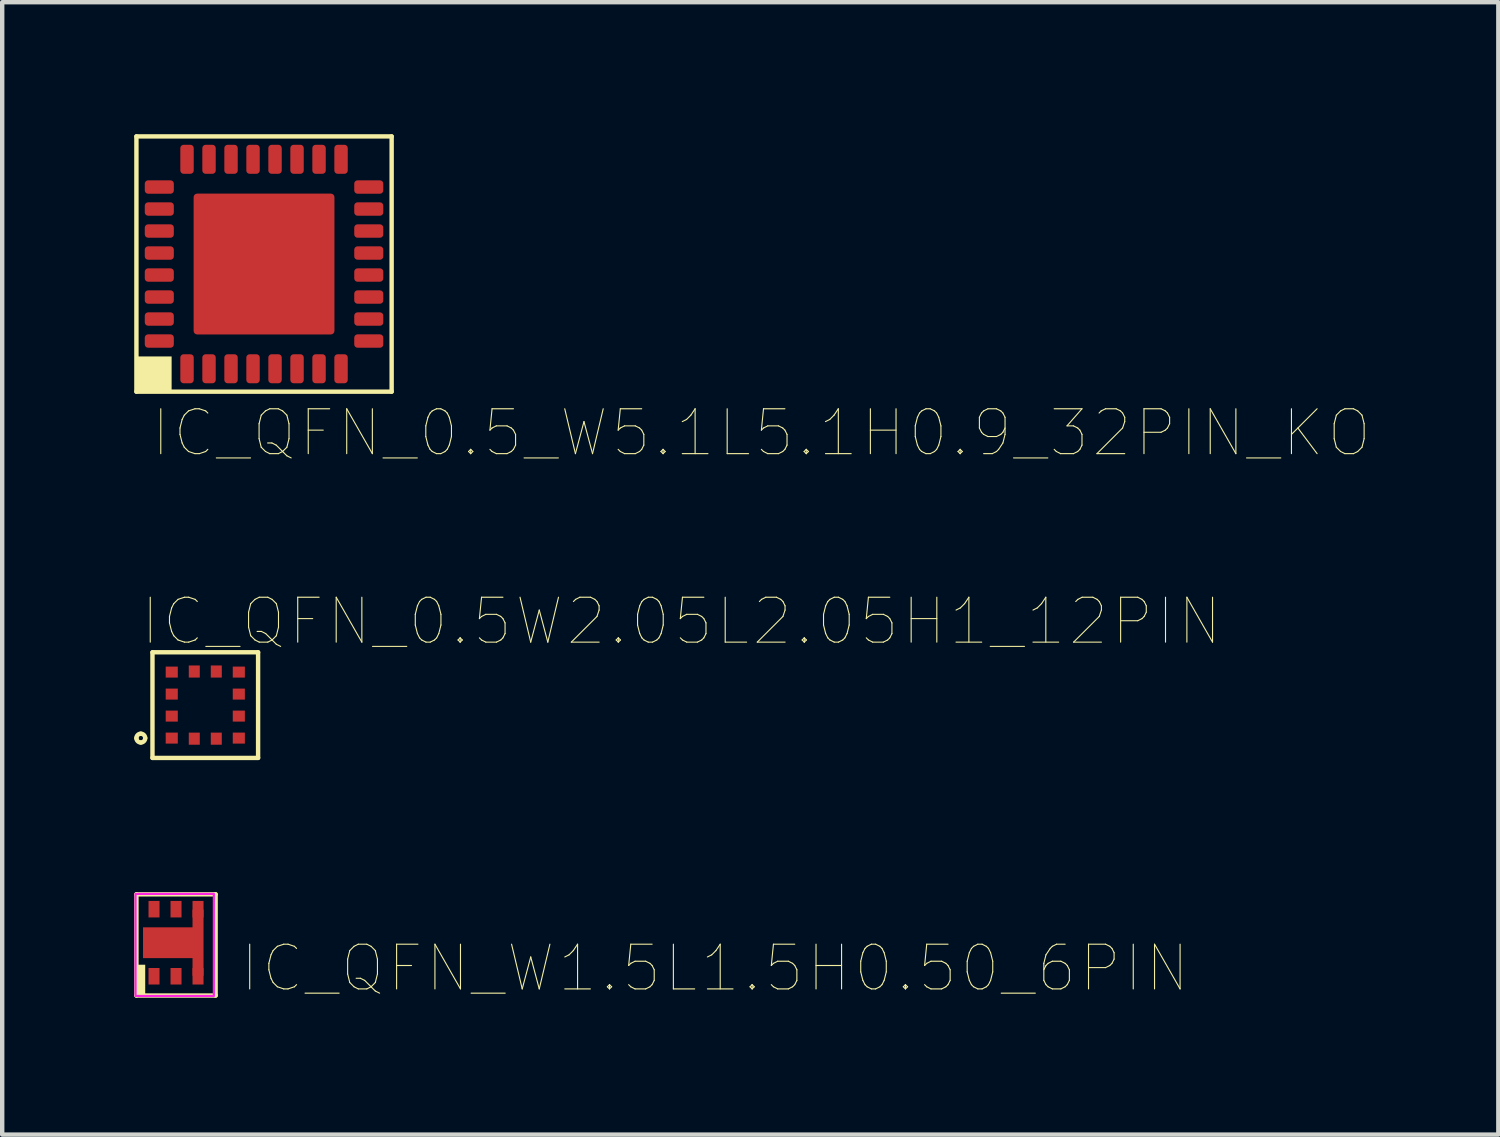
<source format=kicad_pcb>
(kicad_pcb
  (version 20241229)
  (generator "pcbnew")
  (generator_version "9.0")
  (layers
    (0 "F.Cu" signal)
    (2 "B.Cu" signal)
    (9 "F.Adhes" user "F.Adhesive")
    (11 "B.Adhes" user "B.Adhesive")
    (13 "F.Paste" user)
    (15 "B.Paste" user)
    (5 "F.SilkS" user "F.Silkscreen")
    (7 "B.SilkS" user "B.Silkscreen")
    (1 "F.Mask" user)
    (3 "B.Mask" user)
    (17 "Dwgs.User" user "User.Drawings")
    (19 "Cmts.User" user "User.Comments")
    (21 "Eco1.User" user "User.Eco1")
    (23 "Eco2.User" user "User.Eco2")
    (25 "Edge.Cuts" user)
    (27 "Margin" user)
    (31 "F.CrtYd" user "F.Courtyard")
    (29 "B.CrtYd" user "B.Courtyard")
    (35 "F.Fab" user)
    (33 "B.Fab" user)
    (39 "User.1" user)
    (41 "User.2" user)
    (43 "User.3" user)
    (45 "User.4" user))
  (footprint "IC_QFN_0.5_W5.1L5.1H0.9_32PIN_KO"
    (layer "F.Cu")
    (at 2.95 2.95)
    (property "Reference" "IC_QFN_0.5_W5.1L5.1H0.9_32PIN_KO" (at -2.606 4.435 0) (unlocked yes) (layer "F.SilkS") (effects (font (size 1.02 1.02) (thickness 0.025)) (justify left bottom)))
    (fp_line (start -2.9 -2.9) (end 2.9 -2.9) (stroke (width 0.1) (type solid)) (layer "F.SilkS"))
    (fp_line (start -2.9 2.9) (end -2.9 -2.9) (stroke (width 0.1) (type solid)) (layer "F.SilkS"))
    (fp_line (start -2.9 2.9) (end 2.9 2.9) (stroke (width 0.1) (type solid)) (layer "F.SilkS"))
    (fp_line (start 2.9 2.9) (end 2.9 -2.9) (stroke (width 0.1) (type solid)) (layer "F.SilkS"))
    (fp_poly (pts (xy -2.9 2.9) (xy -2.1 2.9) (xy -2.1 2.1) (xy -2.9 2.1)) (stroke (width 0) (type default)) (fill yes) (layer "F.SilkS"))
    (pad "1" smd roundrect (at -1.75 2.38 270) (size 0.66 0.305) (layers "F.Cu" "F.Mask" "F.Paste") (roundrect_rratio 0.25))
    (pad "2" smd roundrect (at -1.25 2.38 90) (size 0.66 0.305) (layers "F.Cu" "F.Mask" "F.Paste") (roundrect_rratio 0.25))
    (pad "3" smd roundrect (at -0.75 2.38 90) (size 0.66 0.305) (layers "F.Cu" "F.Mask" "F.Paste") (roundrect_rratio 0.25))
    (pad "4" smd roundrect (at -0.25 2.38 90) (size 0.66 0.305) (layers "F.Cu" "F.Mask" "F.Paste") (roundrect_rratio 0.25))
    (pad "5" smd roundrect (at 0.25 2.38 90) (size 0.66 0.305) (layers "F.Cu" "F.Mask" "F.Paste") (roundrect_rratio 0.25))
    (pad "6" smd roundrect (at 0.75 2.38 90) (size 0.66 0.305) (layers "F.Cu" "F.Mask" "F.Paste") (roundrect_rratio 0.25))
    (pad "7" smd roundrect (at 1.25 2.38 90) (size 0.66 0.305) (layers "F.Cu" "F.Mask" "F.Paste") (roundrect_rratio 0.25))
    (pad "8" smd roundrect (at 1.75 2.38 270) (size 0.66 0.305) (layers "F.Cu" "F.Mask" "F.Paste") (roundrect_rratio 0.25))
    (pad "9" smd roundrect (at 2.38 1.75) (size 0.66 0.305) (layers "F.Cu" "F.Mask" "F.Paste") (roundrect_rratio 0.25))
    (pad "10" smd roundrect (at 2.38 1.25 180) (size 0.66 0.305) (layers "F.Cu" "F.Mask" "F.Paste") (roundrect_rratio 0.25))
    (pad "11" smd roundrect (at 2.38 0.75 180) (size 0.66 0.305) (layers "F.Cu" "F.Mask" "F.Paste") (roundrect_rratio 0.25))
    (pad "12" smd roundrect (at 2.38 0.25 180) (size 0.66 0.305) (layers "F.Cu" "F.Mask" "F.Paste") (roundrect_rratio 0.25))
    (pad "13" smd roundrect (at 2.38 -0.25 180) (size 0.66 0.305) (layers "F.Cu" "F.Mask" "F.Paste") (roundrect_rratio 0.25))
    (pad "14" smd roundrect (at 2.38 -0.75 180) (size 0.66 0.305) (layers "F.Cu" "F.Mask" "F.Paste") (roundrect_rratio 0.25))
    (pad "15" smd roundrect (at 2.38 -1.25 180) (size 0.66 0.305) (layers "F.Cu" "F.Mask" "F.Paste") (roundrect_rratio 0.25))
    (pad "16" smd roundrect (at 2.38 -1.75) (size 0.66 0.305) (layers "F.Cu" "F.Mask" "F.Paste") (roundrect_rratio 0.25))
    (pad "17" smd roundrect (at 1.75 -2.38 270) (size 0.66 0.305) (layers "F.Cu" "F.Mask" "F.Paste") (roundrect_rratio 0.25))
    (pad "18" smd roundrect (at 1.25 -2.38 270) (size 0.66 0.305) (layers "F.Cu" "F.Mask" "F.Paste") (roundrect_rratio 0.25))
    (pad "19" smd roundrect (at 0.75 -2.38 270) (size 0.66 0.305) (layers "F.Cu" "F.Mask" "F.Paste") (roundrect_rratio 0.25))
    (pad "20" smd roundrect (at 0.25 -2.38 270) (size 0.66 0.305) (layers "F.Cu" "F.Mask" "F.Paste") (roundrect_rratio 0.25))
    (pad "21" smd roundrect (at -0.25 -2.38 270) (size 0.66 0.305) (layers "F.Cu" "F.Mask" "F.Paste") (roundrect_rratio 0.25))
    (pad "22" smd roundrect (at -0.75 -2.38 270) (size 0.66 0.305) (layers "F.Cu" "F.Mask" "F.Paste") (roundrect_rratio 0.25))
    (pad "23" smd roundrect (at -1.25 -2.38 270) (size 0.66 0.305) (layers "F.Cu" "F.Mask" "F.Paste") (roundrect_rratio 0.25))
    (pad "24" smd roundrect (at -1.75 -2.38 270) (size 0.66 0.305) (layers "F.Cu" "F.Mask" "F.Paste") (roundrect_rratio 0.25))
    (pad "25" smd roundrect (at -2.38 -1.75) (size 0.66 0.305) (layers "F.Cu" "F.Mask" "F.Paste") (roundrect_rratio 0.25))
    (pad "26" smd roundrect (at -2.38 -1.25) (size 0.66 0.305) (layers "F.Cu" "F.Mask" "F.Paste") (roundrect_rratio 0.25))
    (pad "27" smd roundrect (at -2.38 -0.75) (size 0.66 0.305) (layers "F.Cu" "F.Mask" "F.Paste") (roundrect_rratio 0.25))
    (pad "28" smd roundrect (at -2.38 -0.25) (size 0.66 0.305) (layers "F.Cu" "F.Mask" "F.Paste") (roundrect_rratio 0.25))
    (pad "29" smd roundrect (at -2.38 0.25) (size 0.66 0.305) (layers "F.Cu" "F.Mask" "F.Paste") (roundrect_rratio 0.25))
    (pad "30" smd roundrect (at -2.38 0.75) (size 0.66 0.305) (layers "F.Cu" "F.Mask" "F.Paste") (roundrect_rratio 0.25))
    (pad "31" smd roundrect (at -2.38 1.25) (size 0.66 0.305) (layers "F.Cu" "F.Mask" "F.Paste") (roundrect_rratio 0.25))
    (pad "32" smd roundrect (at -2.38 1.75) (size 0.66 0.305) (layers "F.Cu" "F.Mask" "F.Paste") (roundrect_rratio 0.25))
    (pad "33" smd roundrect (at 0 0) (size 3.2 3.2) (layers "F.Cu" "F.Mask" "F.Paste") (roundrect_rratio 0.025)))
  (footprint "IC_QFN_0.5W2.05L2.05H1_12PIN"
    (layer "F.Cu")
    (at 1.615 12.973)
    (property "Reference" "IC_QFN_0.5W2.05L2.05H1_12PIN" (at -1.51 -1.305 0) (unlocked yes) (layer "F.SilkS") (effects (font (size 1.02 1.02) (thickness 0.025)) (justify left bottom)))
    (fp_line (start -1.2 -1.2) (end 1.2 -1.2) (stroke (width 0.1) (type solid)) (layer "F.SilkS"))
    (fp_line (start -1.2 1.2) (end -1.2 -1.2) (stroke (width 0.1) (type solid)) (layer "F.SilkS"))
    (fp_line (start -1.2 1.2) (end 1.2 1.2) (stroke (width 0.1) (type solid)) (layer "F.SilkS"))
    (fp_line (start 1.2 1.2) (end 1.2 -1.2) (stroke (width 0.1) (type solid)) (layer "F.SilkS"))
    (fp_arc (start -1.565289 0.749955) (mid -1.536 0.679244) (end -1.465289 0.649955) (stroke (width 0.1) (type solid)) (layer "F.SilkS"))
    (fp_arc (start -1.465289 0.649955) (mid -1.394578 0.679244) (end -1.365289 0.749955) (stroke (width 0.1) (type solid)) (layer "F.SilkS"))
    (fp_arc (start -1.465289 0.849955) (mid -1.536 0.820666) (end -1.565289 0.749955) (stroke (width 0.1) (type solid)) (layer "F.SilkS"))
    (fp_arc (start -1.365289 0.749955) (mid -1.394578 0.820666) (end -1.465289 0.849955) (stroke (width 0.1) (type solid)) (layer "F.SilkS"))
    (pad "1" smd rect (at -0.762 0.75 90) (size 0.25 0.275) (layers "F.Cu" "F.Mask" "F.Paste"))
    (pad "2" smd rect (at -0.25 0.763) (size 0.25 0.275) (layers "F.Cu" "F.Mask" "F.Paste"))
    (pad "3" smd rect (at 0.25 0.763) (size 0.25 0.275) (layers "F.Cu" "F.Mask" "F.Paste"))
    (pad "4" smd rect (at 0.762 0.75 90) (size 0.25 0.275) (layers "F.Cu" "F.Mask" "F.Paste"))
    (pad "5" smd rect (at 0.762 0.25 90) (size 0.25 0.275) (layers "F.Cu" "F.Mask" "F.Paste"))
    (pad "6" smd rect (at 0.762 -0.25 90) (size 0.25 0.275) (layers "F.Cu" "F.Mask" "F.Paste"))
    (pad "7" smd rect (at 0.762 -0.75 90) (size 0.25 0.275) (layers "F.Cu" "F.Mask" "F.Paste"))
    (pad "8" smd rect (at 0.25 -0.763) (size 0.25 0.275) (layers "F.Cu" "F.Mask" "F.Paste"))
    (pad "9" smd rect (at -0.25 -0.763) (size 0.25 0.275) (layers "F.Cu" "F.Mask" "F.Paste"))
    (pad "10" smd rect (at -0.762 -0.75 90) (size 0.25 0.275) (layers "F.Cu" "F.Mask" "F.Paste"))
    (pad "11" smd rect (at -0.762 -0.25 90) (size 0.25 0.275) (layers "F.Cu" "F.Mask" "F.Paste"))
    (pad "12" smd rect (at -0.762 0.25 90) (size 0.25 0.275) (layers "F.Cu" "F.Mask" "F.Paste")))
  (footprint "IC_QFN_W1.5L1.5H0.50_6PIN"
    (layer "F.Cu")
    (at 0.95 18.373)
    (property "Reference" "IC_QFN_W1.5L1.5H0.50_6PIN" (at 1.416 1.175 0) (unlocked yes) (layer "F.SilkS") (effects (font (size 1.016 1.016) (thickness 0.025)) (justify left bottom)))
    (fp_line (start -0.9 -1.1) (end 0.9 -1.1) (stroke (width 0.1) (type solid)) (layer "F.SilkS"))
    (fp_line (start -0.9 1.2) (end -0.9 -1.1) (stroke (width 0.1) (type solid)) (layer "F.SilkS"))
    (fp_line (start -0.9 1.2) (end 0.9 1.2) (stroke (width 0.1) (type solid)) (layer "F.SilkS"))
    (fp_line (start 0.9 1.2) (end 0.9 -1.1) (stroke (width 0.1) (type solid)) (layer "F.SilkS"))
    (fp_poly (pts (xy -0.9 1.2) (xy -0.7 1.2) (xy -0.7 0.5) (xy -0.9 0.5)) (stroke (width 0) (type default)) (fill yes) (layer "F.SilkS"))
    (fp_rect (start -0.92 -1.11) (end 0.86 1.21) (stroke (width 0.05) (type default)) (fill no) (layer "F.CrtYd"))
    (pad "1" smd rect (at -0.5 0.762 90) (size 0.375 0.25) (layers "F.Cu" "F.Mask" "F.Paste"))
    (pad "2" smd rect (at 0 0.762 90) (size 0.375 0.25) (layers "F.Cu" "F.Mask" "F.Paste"))
    (pad "3" smd rect (at 0.5 0.762 90) (size 0.375 0.25) (layers "F.Cu" "F.Mask" "F.Paste"))
    (pad "4" smd rect (at 0.5 -0.762 90) (size 0.375 0.25) (layers "F.Cu" "F.Mask" "F.Paste"))
    (pad "5" smd rect (at 0 -0.762 90) (size 0.375 0.25) (layers "F.Cu" "F.Mask" "F.Paste"))
    (pad "6" smd rect (at -0.5 -0.762 90) (size 0.375 0.25) (layers "F.Cu" "F.Mask" "F.Paste"))
    (pad "7" smd custom (at 0.625 -0.75) (size 0.000001 0.000001) (layers "F.Cu") (options (anchor circle)) (primitives (gr_poly (pts (xy 0 0) (xy 0 1.5) (xy -0.25 1.5) (xy -0.25 1.1) (xy -1.375 1.1) (xy -1.375 0.4) (xy -0.25 0.4) (xy -0.25 0)) (width 0) (fill yes)))))
  (gr_rect
    (start -3 -3)
    (end 30.999 22.733)
    (stroke (width 0.1) (type default))
    (fill no)
    (layer "Edge.Cuts")))
</source>
